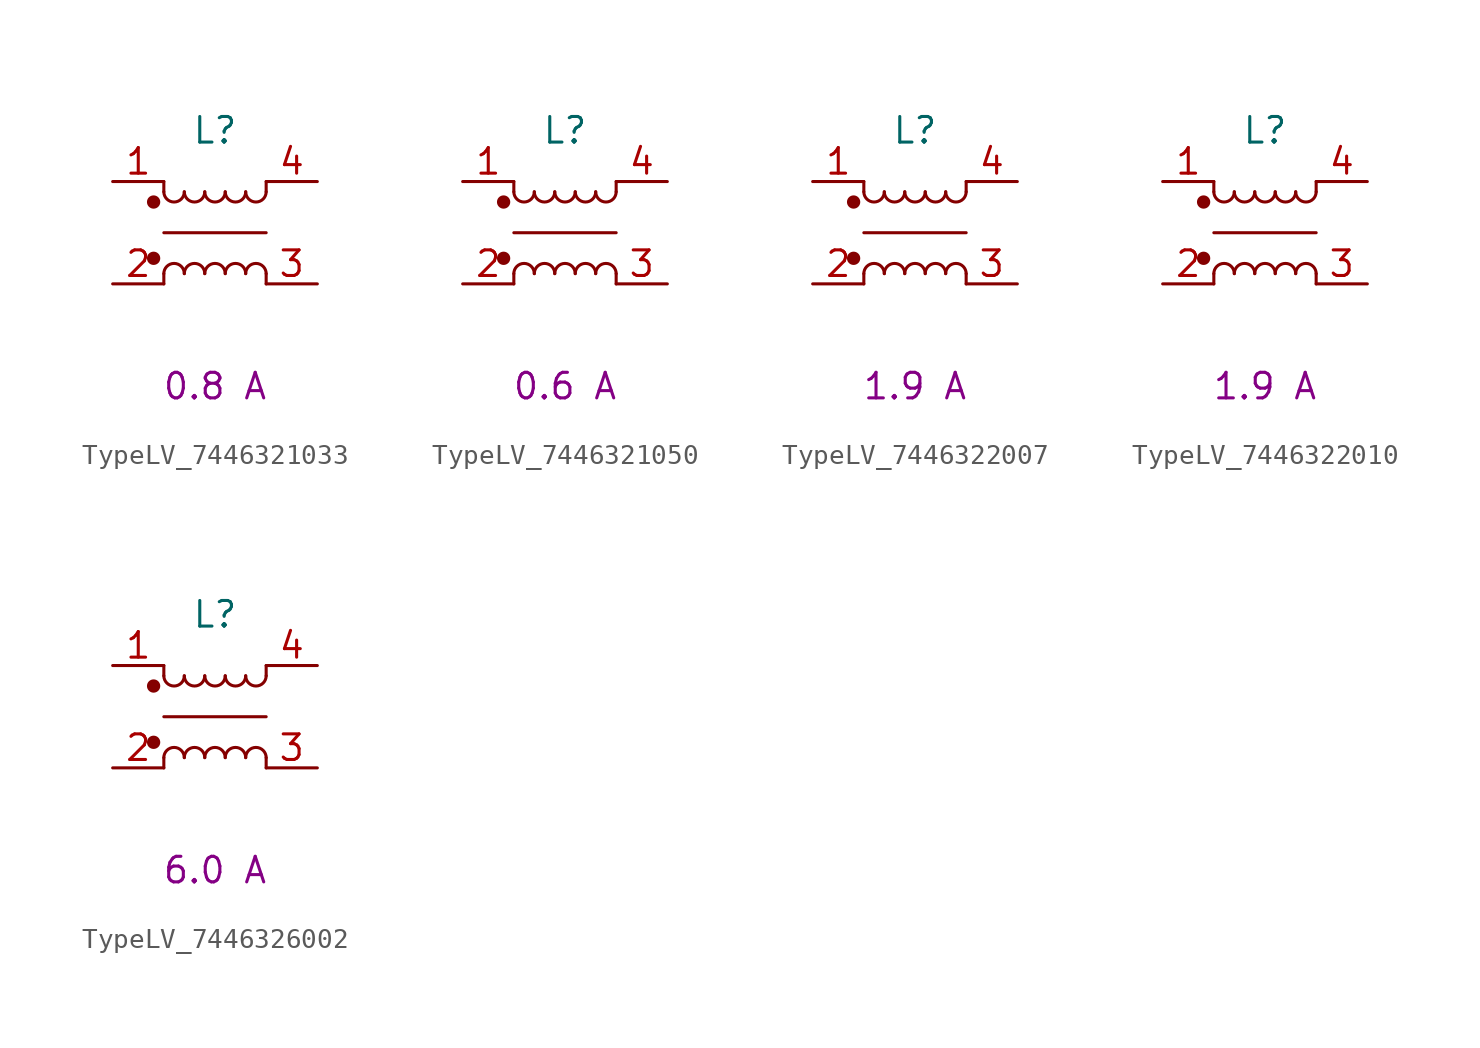
<source format=kicad_sym>
(kicad_symbol_lib
  (version 20220914)
  (generator kicad_symbol_editor)
  (symbol "TypeLV_7446321033"
    (pin_names hide)
    (property "Reference" "L"
      (at 0 5.08 0)
      (effects (font (size 1.27 1.27))))
    (property "Critical Parameter" "0.8 A"
      (at 0 -7.62 0)
      (effects (font (size 1.27 1.27))))
    (symbol "TypeLV_7446321033_0_1"
      (circle (center -3.048 -1.27) (radius 0.254) (stroke (width 0) (type default)) (fill (type outline)))
      (circle (center -3.048 1.524) (radius 0.254) (stroke (width 0) (type default)) (fill (type outline)))
      (arc (start -2.54 2.032) (mid -2.032 1.5262) (end -1.524 2.032) (stroke (width 0) (type default)) (fill (type none)))
      (arc (start -1.524 -2.032) (mid -2.032 -1.5262) (end -2.54 -2.032) (stroke (width 0) (type default)) (fill (type none)))
      (arc (start -1.524 2.032) (mid -1.016 1.5262) (end -0.508 2.032) (stroke (width 0) (type default)) (fill (type none)))
      (arc (start -0.508 -2.032) (mid -1.016 -1.5262) (end -1.524 -2.032) (stroke (width 0) (type default)) (fill (type none)))
      (arc (start -0.508 2.032) (mid 0 1.5262) (end 0.508 2.032) (stroke (width 0) (type default)) (fill (type none)))
      (polyline (pts (xy -2.54 -2.032) (xy -2.54 -2.54)) (stroke (width 0) (type default)) (fill (type none)))
      (polyline (pts (xy -2.54 2.032) (xy -2.54 2.54)) (stroke (width 0) (type default)) (fill (type none)))
      (polyline (pts (xy 2.54 -2.032) (xy 2.54 -2.54)) (stroke (width 0) (type default)) (fill (type none)))
      (polyline (pts (xy 2.54 0) (xy -2.54 0)) (stroke (width 0) (type default)) (fill (type none)))
      (polyline (pts (xy 2.54 2.54) (xy 2.54 2.032)) (stroke (width 0) (type default)) (fill (type none)))
      (arc (start 0.508 -2.032) (mid 0 -1.5262) (end -0.508 -2.032) (stroke (width 0) (type default)) (fill (type none)))
      (arc (start 0.508 2.032) (mid 1.016 1.5262) (end 1.524 2.032) (stroke (width 0) (type default)) (fill (type none)))
      (arc (start 1.524 -2.032) (mid 1.016 -1.5262) (end 0.508 -2.032) (stroke (width 0) (type default)) (fill (type none)))
      (arc (start 1.524 2.032) (mid 2.032 1.5262) (end 2.54 2.032) (stroke (width 0) (type default)) (fill (type none)))
      (arc (start 2.54 -2.032) (mid 2.032 -1.5262) (end 1.524 -2.032) (stroke (width 0) (type default)) (fill (type none))))
    (symbol "TypeLV_7446321033_1_1"
      (pin passive line (at -5.08 2.54 0) (length 2.54) (name "1" (effects (font (size 1.27 1.27)))) (number "1" (effects (font (size 1.27 1.27)))))
      (pin passive line (at -5.08 -2.54 0) (length 2.54) (name "2" (effects (font (size 1.27 1.27)))) (number "2" (effects (font (size 1.27 1.27)))))
      (pin passive line (at 5.08 -2.54 180) (length 2.54) (name "3" (effects (font (size 1.27 1.27)))) (number "3" (effects (font (size 1.27 1.27)))))
      (pin passive line (at 5.08 2.54 180) (length 2.54) (name "4" (effects (font (size 1.27 1.27)))) (number "4" (effects (font (size 1.27 1.27)))))))
  (symbol "TypeLV_7446321050"
    (pin_names hide)
    (property "Reference" "L"
      (at 0 5.08 0)
      (effects (font (size 1.27 1.27))))
    (property "Critical Parameter" "0.6 A"
      (at 0 -7.62 0)
      (effects (font (size 1.27 1.27))))
    (symbol "TypeLV_7446321050_0_1"
      (circle (center -3.048 -1.27) (radius 0.254) (stroke (width 0) (type default)) (fill (type outline)))
      (circle (center -3.048 1.524) (radius 0.254) (stroke (width 0) (type default)) (fill (type outline)))
      (arc (start -2.54 2.032) (mid -2.032 1.5262) (end -1.524 2.032) (stroke (width 0) (type default)) (fill (type none)))
      (arc (start -1.524 -2.032) (mid -2.032 -1.5262) (end -2.54 -2.032) (stroke (width 0) (type default)) (fill (type none)))
      (arc (start -1.524 2.032) (mid -1.016 1.5262) (end -0.508 2.032) (stroke (width 0) (type default)) (fill (type none)))
      (arc (start -0.508 -2.032) (mid -1.016 -1.5262) (end -1.524 -2.032) (stroke (width 0) (type default)) (fill (type none)))
      (arc (start -0.508 2.032) (mid 0 1.5262) (end 0.508 2.032) (stroke (width 0) (type default)) (fill (type none)))
      (polyline (pts (xy -2.54 -2.032) (xy -2.54 -2.54)) (stroke (width 0) (type default)) (fill (type none)))
      (polyline (pts (xy -2.54 2.032) (xy -2.54 2.54)) (stroke (width 0) (type default)) (fill (type none)))
      (polyline (pts (xy 2.54 -2.032) (xy 2.54 -2.54)) (stroke (width 0) (type default)) (fill (type none)))
      (polyline (pts (xy 2.54 0) (xy -2.54 0)) (stroke (width 0) (type default)) (fill (type none)))
      (polyline (pts (xy 2.54 2.54) (xy 2.54 2.032)) (stroke (width 0) (type default)) (fill (type none)))
      (arc (start 0.508 -2.032) (mid 0 -1.5262) (end -0.508 -2.032) (stroke (width 0) (type default)) (fill (type none)))
      (arc (start 0.508 2.032) (mid 1.016 1.5262) (end 1.524 2.032) (stroke (width 0) (type default)) (fill (type none)))
      (arc (start 1.524 -2.032) (mid 1.016 -1.5262) (end 0.508 -2.032) (stroke (width 0) (type default)) (fill (type none)))
      (arc (start 1.524 2.032) (mid 2.032 1.5262) (end 2.54 2.032) (stroke (width 0) (type default)) (fill (type none)))
      (arc (start 2.54 -2.032) (mid 2.032 -1.5262) (end 1.524 -2.032) (stroke (width 0) (type default)) (fill (type none))))
    (symbol "TypeLV_7446321050_1_1"
      (pin passive line (at -5.08 2.54 0) (length 2.54) (name "1" (effects (font (size 1.27 1.27)))) (number "1" (effects (font (size 1.27 1.27)))))
      (pin passive line (at -5.08 -2.54 0) (length 2.54) (name "2" (effects (font (size 1.27 1.27)))) (number "2" (effects (font (size 1.27 1.27)))))
      (pin passive line (at 5.08 -2.54 180) (length 2.54) (name "3" (effects (font (size 1.27 1.27)))) (number "3" (effects (font (size 1.27 1.27)))))
      (pin passive line (at 5.08 2.54 180) (length 2.54) (name "4" (effects (font (size 1.27 1.27)))) (number "4" (effects (font (size 1.27 1.27)))))))
  (symbol "TypeLV_7446322007"
    (pin_names hide)
    (property "Reference" "L"
      (at 0 5.08 0)
      (effects (font (size 1.27 1.27))))
    (property "Critical Parameter" "1.9 A"
      (at 0 -7.62 0)
      (effects (font (size 1.27 1.27))))
    (symbol "TypeLV_7446322007_0_1"
      (circle (center -3.048 -1.27) (radius 0.254) (stroke (width 0) (type default)) (fill (type outline)))
      (circle (center -3.048 1.524) (radius 0.254) (stroke (width 0) (type default)) (fill (type outline)))
      (arc (start -2.54 2.032) (mid -2.032 1.5262) (end -1.524 2.032) (stroke (width 0) (type default)) (fill (type none)))
      (arc (start -1.524 -2.032) (mid -2.032 -1.5262) (end -2.54 -2.032) (stroke (width 0) (type default)) (fill (type none)))
      (arc (start -1.524 2.032) (mid -1.016 1.5262) (end -0.508 2.032) (stroke (width 0) (type default)) (fill (type none)))
      (arc (start -0.508 -2.032) (mid -1.016 -1.5262) (end -1.524 -2.032) (stroke (width 0) (type default)) (fill (type none)))
      (arc (start -0.508 2.032) (mid 0 1.5262) (end 0.508 2.032) (stroke (width 0) (type default)) (fill (type none)))
      (polyline (pts (xy -2.54 -2.032) (xy -2.54 -2.54)) (stroke (width 0) (type default)) (fill (type none)))
      (polyline (pts (xy -2.54 2.032) (xy -2.54 2.54)) (stroke (width 0) (type default)) (fill (type none)))
      (polyline (pts (xy 2.54 -2.032) (xy 2.54 -2.54)) (stroke (width 0) (type default)) (fill (type none)))
      (polyline (pts (xy 2.54 0) (xy -2.54 0)) (stroke (width 0) (type default)) (fill (type none)))
      (polyline (pts (xy 2.54 2.54) (xy 2.54 2.032)) (stroke (width 0) (type default)) (fill (type none)))
      (arc (start 0.508 -2.032) (mid 0 -1.5262) (end -0.508 -2.032) (stroke (width 0) (type default)) (fill (type none)))
      (arc (start 0.508 2.032) (mid 1.016 1.5262) (end 1.524 2.032) (stroke (width 0) (type default)) (fill (type none)))
      (arc (start 1.524 -2.032) (mid 1.016 -1.5262) (end 0.508 -2.032) (stroke (width 0) (type default)) (fill (type none)))
      (arc (start 1.524 2.032) (mid 2.032 1.5262) (end 2.54 2.032) (stroke (width 0) (type default)) (fill (type none)))
      (arc (start 2.54 -2.032) (mid 2.032 -1.5262) (end 1.524 -2.032) (stroke (width 0) (type default)) (fill (type none))))
    (symbol "TypeLV_7446322007_1_1"
      (pin passive line (at -5.08 2.54 0) (length 2.54) (name "1" (effects (font (size 1.27 1.27)))) (number "1" (effects (font (size 1.27 1.27)))))
      (pin passive line (at -5.08 -2.54 0) (length 2.54) (name "2" (effects (font (size 1.27 1.27)))) (number "2" (effects (font (size 1.27 1.27)))))
      (pin passive line (at 5.08 -2.54 180) (length 2.54) (name "3" (effects (font (size 1.27 1.27)))) (number "3" (effects (font (size 1.27 1.27)))))
      (pin passive line (at 5.08 2.54 180) (length 2.54) (name "4" (effects (font (size 1.27 1.27)))) (number "4" (effects (font (size 1.27 1.27)))))))
  (symbol "TypeLV_7446322010"
    (pin_names hide)
    (property "Reference" "L"
      (at 0 5.08 0)
      (effects (font (size 1.27 1.27))))
    (property "Critical Parameter" "1.9 A"
      (at 0 -7.62 0)
      (effects (font (size 1.27 1.27))))
    (symbol "TypeLV_7446322010_0_1"
      (circle (center -3.048 -1.27) (radius 0.254) (stroke (width 0) (type default)) (fill (type outline)))
      (circle (center -3.048 1.524) (radius 0.254) (stroke (width 0) (type default)) (fill (type outline)))
      (arc (start -2.54 2.032) (mid -2.032 1.5262) (end -1.524 2.032) (stroke (width 0) (type default)) (fill (type none)))
      (arc (start -1.524 -2.032) (mid -2.032 -1.5262) (end -2.54 -2.032) (stroke (width 0) (type default)) (fill (type none)))
      (arc (start -1.524 2.032) (mid -1.016 1.5262) (end -0.508 2.032) (stroke (width 0) (type default)) (fill (type none)))
      (arc (start -0.508 -2.032) (mid -1.016 -1.5262) (end -1.524 -2.032) (stroke (width 0) (type default)) (fill (type none)))
      (arc (start -0.508 2.032) (mid 0 1.5262) (end 0.508 2.032) (stroke (width 0) (type default)) (fill (type none)))
      (polyline (pts (xy -2.54 -2.032) (xy -2.54 -2.54)) (stroke (width 0) (type default)) (fill (type none)))
      (polyline (pts (xy -2.54 2.032) (xy -2.54 2.54)) (stroke (width 0) (type default)) (fill (type none)))
      (polyline (pts (xy 2.54 -2.032) (xy 2.54 -2.54)) (stroke (width 0) (type default)) (fill (type none)))
      (polyline (pts (xy 2.54 0) (xy -2.54 0)) (stroke (width 0) (type default)) (fill (type none)))
      (polyline (pts (xy 2.54 2.54) (xy 2.54 2.032)) (stroke (width 0) (type default)) (fill (type none)))
      (arc (start 0.508 -2.032) (mid 0 -1.5262) (end -0.508 -2.032) (stroke (width 0) (type default)) (fill (type none)))
      (arc (start 0.508 2.032) (mid 1.016 1.5262) (end 1.524 2.032) (stroke (width 0) (type default)) (fill (type none)))
      (arc (start 1.524 -2.032) (mid 1.016 -1.5262) (end 0.508 -2.032) (stroke (width 0) (type default)) (fill (type none)))
      (arc (start 1.524 2.032) (mid 2.032 1.5262) (end 2.54 2.032) (stroke (width 0) (type default)) (fill (type none)))
      (arc (start 2.54 -2.032) (mid 2.032 -1.5262) (end 1.524 -2.032) (stroke (width 0) (type default)) (fill (type none))))
    (symbol "TypeLV_7446322010_1_1"
      (pin passive line (at -5.08 2.54 0) (length 2.54) (name "1" (effects (font (size 1.27 1.27)))) (number "1" (effects (font (size 1.27 1.27)))))
      (pin passive line (at -5.08 -2.54 0) (length 2.54) (name "2" (effects (font (size 1.27 1.27)))) (number "2" (effects (font (size 1.27 1.27)))))
      (pin passive line (at 5.08 -2.54 180) (length 2.54) (name "3" (effects (font (size 1.27 1.27)))) (number "3" (effects (font (size 1.27 1.27)))))
      (pin passive line (at 5.08 2.54 180) (length 2.54) (name "4" (effects (font (size 1.27 1.27)))) (number "4" (effects (font (size 1.27 1.27)))))))
  (symbol "TypeLV_7446326002"
    (pin_names hide)
    (property "Reference" "L"
      (at 0 5.08 0)
      (effects (font (size 1.27 1.27))))
    (property "Critical Parameter" "6.0 A"
      (at 0 -7.62 0)
      (effects (font (size 1.27 1.27))))
    (symbol "TypeLV_7446326002_0_1"
      (circle (center -3.048 -1.27) (radius 0.254) (stroke (width 0) (type default)) (fill (type outline)))
      (circle (center -3.048 1.524) (radius 0.254) (stroke (width 0) (type default)) (fill (type outline)))
      (arc (start -2.54 2.032) (mid -2.032 1.5262) (end -1.524 2.032) (stroke (width 0) (type default)) (fill (type none)))
      (arc (start -1.524 -2.032) (mid -2.032 -1.5262) (end -2.54 -2.032) (stroke (width 0) (type default)) (fill (type none)))
      (arc (start -1.524 2.032) (mid -1.016 1.5262) (end -0.508 2.032) (stroke (width 0) (type default)) (fill (type none)))
      (arc (start -0.508 -2.032) (mid -1.016 -1.5262) (end -1.524 -2.032) (stroke (width 0) (type default)) (fill (type none)))
      (arc (start -0.508 2.032) (mid 0 1.5262) (end 0.508 2.032) (stroke (width 0) (type default)) (fill (type none)))
      (polyline (pts (xy -2.54 -2.032) (xy -2.54 -2.54)) (stroke (width 0) (type default)) (fill (type none)))
      (polyline (pts (xy -2.54 2.032) (xy -2.54 2.54)) (stroke (width 0) (type default)) (fill (type none)))
      (polyline (pts (xy 2.54 -2.032) (xy 2.54 -2.54)) (stroke (width 0) (type default)) (fill (type none)))
      (polyline (pts (xy 2.54 0) (xy -2.54 0)) (stroke (width 0) (type default)) (fill (type none)))
      (polyline (pts (xy 2.54 2.54) (xy 2.54 2.032)) (stroke (width 0) (type default)) (fill (type none)))
      (arc (start 0.508 -2.032) (mid 0 -1.5262) (end -0.508 -2.032) (stroke (width 0) (type default)) (fill (type none)))
      (arc (start 0.508 2.032) (mid 1.016 1.5262) (end 1.524 2.032) (stroke (width 0) (type default)) (fill (type none)))
      (arc (start 1.524 -2.032) (mid 1.016 -1.5262) (end 0.508 -2.032) (stroke (width 0) (type default)) (fill (type none)))
      (arc (start 1.524 2.032) (mid 2.032 1.5262) (end 2.54 2.032) (stroke (width 0) (type default)) (fill (type none)))
      (arc (start 2.54 -2.032) (mid 2.032 -1.5262) (end 1.524 -2.032) (stroke (width 0) (type default)) (fill (type none))))
    (symbol "TypeLV_7446326002_1_1"
      (pin passive line (at -5.08 2.54 0) (length 2.54) (name "1" (effects (font (size 1.27 1.27)))) (number "1" (effects (font (size 1.27 1.27)))))
      (pin passive line (at -5.08 -2.54 0) (length 2.54) (name "2" (effects (font (size 1.27 1.27)))) (number "2" (effects (font (size 1.27 1.27)))))
      (pin passive line (at 5.08 -2.54 180) (length 2.54) (name "3" (effects (font (size 1.27 1.27)))) (number "3" (effects (font (size 1.27 1.27)))))
      (pin passive line (at 5.08 2.54 180) (length 2.54) (name "4" (effects (font (size 1.27 1.27)))) (number "4" (effects (font (size 1.27 1.27))))))))
</source>
